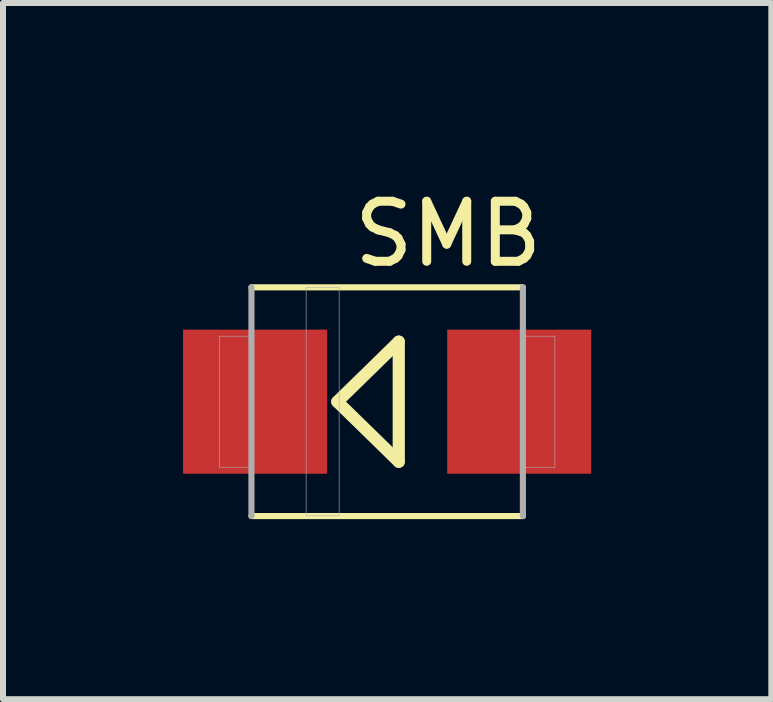
<source format=kicad_pcb>
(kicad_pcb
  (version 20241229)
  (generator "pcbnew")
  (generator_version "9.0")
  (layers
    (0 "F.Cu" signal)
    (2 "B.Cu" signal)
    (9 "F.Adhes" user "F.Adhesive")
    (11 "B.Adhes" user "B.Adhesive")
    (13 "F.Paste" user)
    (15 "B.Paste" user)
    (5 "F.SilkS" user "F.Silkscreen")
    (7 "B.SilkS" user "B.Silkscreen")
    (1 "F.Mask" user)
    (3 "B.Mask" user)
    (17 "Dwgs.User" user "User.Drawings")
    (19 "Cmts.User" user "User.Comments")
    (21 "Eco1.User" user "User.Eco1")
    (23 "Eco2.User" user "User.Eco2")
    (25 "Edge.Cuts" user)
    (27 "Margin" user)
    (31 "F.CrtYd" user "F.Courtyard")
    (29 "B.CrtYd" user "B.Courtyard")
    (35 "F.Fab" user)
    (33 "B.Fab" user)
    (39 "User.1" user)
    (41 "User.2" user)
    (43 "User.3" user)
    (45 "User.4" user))
  (footprint "SMB"
    (layer "F.Cu")
    (at 3.4 3.642)
    (property "Reference" "SMB" (at 1.016 -2.794 0) (layer "F.SilkS") (effects (font (size 1 1) (thickness 0.15))))
    (attr smd)
    (fp_line (start -2.261 -1.905) (end 2.261 -1.905) (stroke (width 0.102) (type solid)) (layer "F.SilkS"))
    (fp_line (start -2.261 1.905) (end 2.261 1.905) (stroke (width 0.102) (type solid)) (layer "F.SilkS"))
    (fp_line (start -0.83 0) (end 0.193 1) (stroke (width 0.203) (type solid)) (layer "F.SilkS"))
    (fp_line (start 0.193 -1) (end -0.83 0) (stroke (width 0.203) (type solid)) (layer "F.SilkS"))
    (fp_line (start 0.193 1) (end 0.193 -1) (stroke (width 0.203) (type solid)) (layer "F.SilkS"))
    (fp_line (start -2.261 1.905) (end -2.261 -1.905) (stroke (width 0.102) (type solid)) (layer "F.Fab"))
    (fp_line (start 2.261 1.905) (end 2.261 -1.905) (stroke (width 0.102) (type solid)) (layer "F.Fab"))
    (fp_poly (pts (xy -2.794 -1.092) (xy -2.261 -1.092) (xy -2.261 1.092) (xy -2.794 1.092)) (stroke (width 0.01) (type solid)) (fill no) (layer "F.Fab"))
    (fp_poly (pts (xy -1.35 -1.9) (xy -0.8 -1.9) (xy -0.8 1.9) (xy -1.35 1.9)) (stroke (width 0.01) (type solid)) (fill no) (layer "F.Fab"))
    (fp_poly (pts (xy 2.261 -1.092) (xy 2.794 -1.092) (xy 2.794 1.092) (xy 2.261 1.092)) (stroke (width 0.01) (type solid)) (fill no) (layer "F.Fab"))
    (pad "A" smd rect (at 2.2 0) (size 2.4 2.4) (layers "F.Cu" "F.Mask" "F.Paste"))
    (pad "C" smd rect (at -2.2 0) (size 2.4 2.4) (layers "F.Cu" "F.Mask" "F.Paste")))
  (gr_rect
    (start -3 -3)
    (end 9.8 8.598)
    (stroke (width 0.1) (type default))
    (fill no)
    (layer "Edge.Cuts")))
</source>
